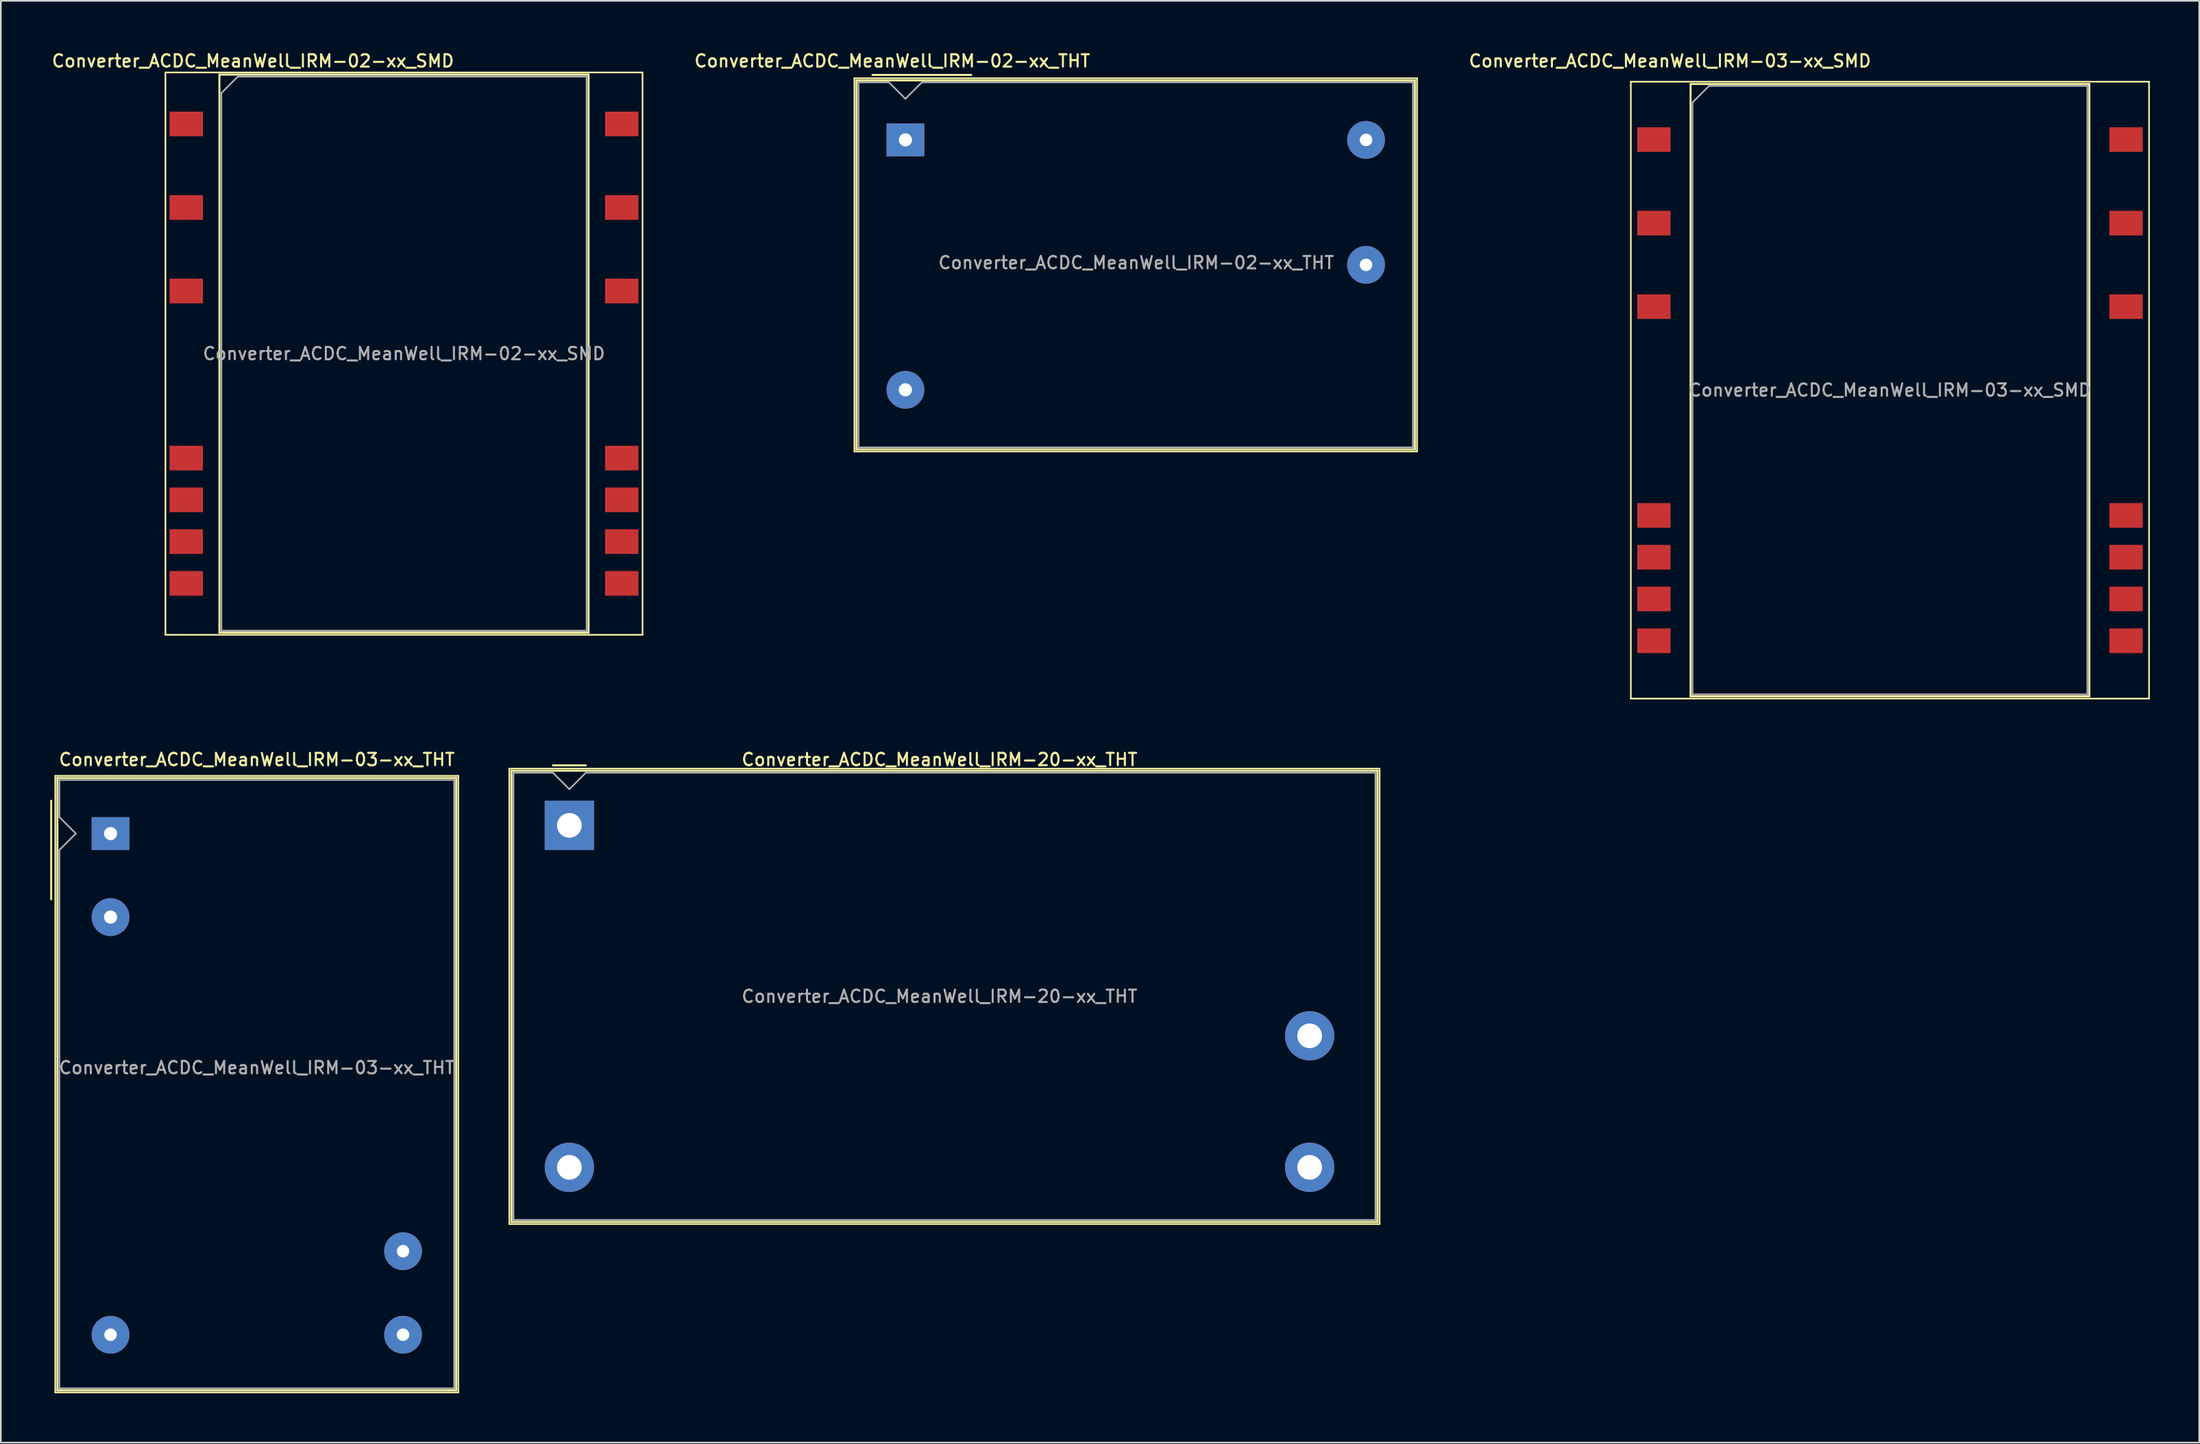
<source format=kicad_pcb>
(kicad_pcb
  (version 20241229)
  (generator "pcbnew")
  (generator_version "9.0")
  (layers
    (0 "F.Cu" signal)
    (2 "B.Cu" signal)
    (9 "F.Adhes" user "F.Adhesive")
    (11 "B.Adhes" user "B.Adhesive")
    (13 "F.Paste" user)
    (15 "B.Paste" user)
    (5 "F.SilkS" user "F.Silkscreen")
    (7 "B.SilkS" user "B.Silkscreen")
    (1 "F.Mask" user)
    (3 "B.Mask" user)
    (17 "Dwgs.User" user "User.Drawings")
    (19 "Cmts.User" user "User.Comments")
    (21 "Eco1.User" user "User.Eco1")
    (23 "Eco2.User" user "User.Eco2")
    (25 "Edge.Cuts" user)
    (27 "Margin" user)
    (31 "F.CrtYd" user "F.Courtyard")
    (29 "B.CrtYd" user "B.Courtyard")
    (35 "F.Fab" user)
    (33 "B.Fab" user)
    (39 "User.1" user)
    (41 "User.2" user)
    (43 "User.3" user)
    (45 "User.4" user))
  (footprint "Converter_ACDC_MeanWell_IRM-03-xx_THT"
    (layer "F.Cu")
    (at 3.67 47.646)
    (property "Reference" "Converter_ACDC_MeanWell_IRM-03-xx_THT" (at 8.89 -4.5 0) (layer "F.SilkS") (effects (font (size 0.75 0.75) (thickness 0.125))))
    (attr through_hole)
    (fp_line (start -3.61 -2) (end -3.61 4) (stroke (width 0.12) (type solid)) (layer "F.SilkS"))
    (fp_line (start -3.36 -3.51) (end -3.36 33.99) (stroke (width 0.1) (type solid)) (layer "F.SilkS"))
    (fp_line (start -3.23 -3.38) (end -3.23 33.86) (stroke (width 0.12) (type solid)) (layer "F.SilkS"))
    (fp_line (start -3.23 33.86) (end 21.01 33.86) (stroke (width 0.12) (type solid)) (layer "F.SilkS"))
    (fp_line (start 21.01 -3.38) (end -3.23 -3.38) (stroke (width 0.12) (type solid)) (layer "F.SilkS"))
    (fp_line (start 21.01 -3.38) (end 21.01 33.86) (stroke (width 0.12) (type solid)) (layer "F.SilkS"))
    (fp_line (start 21.14 -3.51) (end -3.36 -3.51) (stroke (width 0.1) (type solid)) (layer "F.SilkS"))
    (fp_line (start 21.14 -3.51) (end 21.14 33.99) (stroke (width 0.1) (type solid)) (layer "F.SilkS"))
    (fp_line (start 21.14 33.99) (end -3.36 33.99) (stroke (width 0.1) (type solid)) (layer "F.SilkS"))
    (fp_line (start -3.11 -1) (end -3.11 -3.26) (stroke (width 0.1) (type solid)) (layer "F.Fab"))
    (fp_line (start -3.11 1) (end -3.11 33.74) (stroke (width 0.1) (type solid)) (layer "F.Fab"))
    (fp_line (start -3.11 1) (end -2.11 0) (stroke (width 0.1) (type solid)) (layer "F.Fab"))
    (fp_line (start -2.11 0) (end -3.11 -1) (stroke (width 0.1) (type solid)) (layer "F.Fab"))
    (fp_line (start 20.89 -3.26) (end -3.11 -3.26) (stroke (width 0.1) (type solid)) (layer "F.Fab"))
    (fp_line (start 20.89 -3.26) (end 20.89 33.74) (stroke (width 0.1) (type solid)) (layer "F.Fab"))
    (fp_line (start 20.89 33.74) (end -3.11 33.74) (stroke (width 0.1) (type solid)) (layer "F.Fab"))
    (fp_text user "${REFERENCE}" (at 8.89 14.24 0) (layer "F.Fab") (effects (font (size 0.75 0.75) (thickness 0.125))))
    (pad "1" thru_hole rect (at 0 0) (size 2.3 2) (drill 0.8) (layers "*.Cu" "*.Mask"))
    (pad "3" thru_hole circle (at 0 5.08) (size 2.3 2.3) (drill 0.8) (layers "*.Cu" "*.Mask"))
    (pad "5" thru_hole circle (at 0 30.48) (size 2.3 2.3) (drill 0.76) (layers "*.Cu" "*.Mask"))
    (pad "14" thru_hole circle (at 17.78 30.48) (size 2.3 2.3) (drill 0.76) (layers "*.Cu" "*.Mask"))
    (pad "16" thru_hole circle (at 17.78 25.4) (size 2.3 2.3) (drill 0.76) (layers "*.Cu" "*.Mask")))
  (footprint "Converter_ACDC_MeanWell_IRM-20-xx_THT"
    (layer "F.Cu")
    (at 31.56 47.146)
    (property "Reference" "Converter_ACDC_MeanWell_IRM-20-xx_THT" (at 22.5 -4 0) (layer "F.SilkS") (effects (font (size 0.75 0.75) (thickness 0.125))))
    (attr through_hole)
    (fp_line (start -3.65 -3.45) (end -3.65 24.25) (stroke (width 0.1) (type solid)) (layer "F.SilkS"))
    (fp_line (start -3.65 -3.45) (end 49.25 -3.45) (stroke (width 0.1) (type solid)) (layer "F.SilkS"))
    (fp_line (start -3.65 24.25) (end 49.25 24.25) (stroke (width 0.1) (type solid)) (layer "F.SilkS"))
    (fp_line (start -3.52 -3.32) (end -3.52 24.12) (stroke (width 0.12) (type solid)) (layer "F.SilkS"))
    (fp_line (start -3.52 -3.32) (end 49.12 -3.32) (stroke (width 0.12) (type solid)) (layer "F.SilkS"))
    (fp_line (start -3.52 24.12) (end 49.12 24.12) (stroke (width 0.12) (type solid)) (layer "F.SilkS"))
    (fp_line (start 1 -3.65) (end -1 -3.65) (stroke (width 0.12) (type solid)) (layer "F.SilkS"))
    (fp_line (start 49.12 -3.32) (end 49.12 24.12) (stroke (width 0.12) (type solid)) (layer "F.SilkS"))
    (fp_line (start 49.25 -3.45) (end 49.25 24.25) (stroke (width 0.1) (type solid)) (layer "F.SilkS"))
    (fp_line (start -3.4 -3.2) (end -3.4 24) (stroke (width 0.1) (type solid)) (layer "F.Fab"))
    (fp_line (start -3.4 24) (end 49 24) (stroke (width 0.1) (type solid)) (layer "F.Fab"))
    (fp_line (start -1 -3.2) (end -3.4 -3.2) (stroke (width 0.1) (type solid)) (layer "F.Fab"))
    (fp_line (start 0 -2.2) (end -1 -3.2) (stroke (width 0.1) (type solid)) (layer "F.Fab"))
    (fp_line (start 1 -3.2) (end 0 -2.2) (stroke (width 0.1) (type solid)) (layer "F.Fab"))
    (fp_line (start 49 -3.2) (end 1 -3.2) (stroke (width 0.1) (type solid)) (layer "F.Fab"))
    (fp_line (start 49 -3.2) (end 49 24) (stroke (width 0.1) (type solid)) (layer "F.Fab"))
    (fp_text user "${REFERENCE}" (at 22.5 10.4 0) (layer "F.Fab") (effects (font (size 0.75 0.75) (thickness 0.125))))
    (pad "1" thru_hole rect (at 0 0) (size 3 3) (drill 1.5) (layers "*.Cu" "*.Mask"))
    (pad "2" thru_hole circle (at 0 20.8) (size 3 3) (drill 1.5) (layers "*.Cu" "*.Mask"))
    (pad "3" thru_hole circle (at 45 20.8) (size 3 3) (drill 1.5) (layers "*.Cu" "*.Mask"))
    (pad "4" thru_hole circle (at 45 12.8) (size 3 3) (drill 1.5) (layers "*.Cu" "*.Mask")))
  (footprint "Converter_ACDC_MeanWell_IRM-03-xx_SMD"
    (layer "F.Cu")
    (at 111.834 20.678)
    (property "Reference" "Converter_ACDC_MeanWell_IRM-03-xx_SMD" (at -13.37 -20.02 0) (layer "F.SilkS") (effects (font (size 0.75 0.75) (thickness 0.125))))
    (attr smd)
    (fp_line (start -15.75 -18.76) (end -15.75 18.76) (stroke (width 0.1) (type solid)) (layer "F.SilkS"))
    (fp_line (start -15.75 18.76) (end 15.75 18.76) (stroke (width 0.1) (type solid)) (layer "F.SilkS"))
    (fp_line (start -12.12 -18.62) (end 12.12 -18.62) (stroke (width 0.12) (type solid)) (layer "F.SilkS"))
    (fp_line (start -12.12 18.62) (end -12.12 -18.62) (stroke (width 0.12) (type solid)) (layer "F.SilkS"))
    (fp_line (start 12.12 -18.62) (end 12.12 18.62) (stroke (width 0.12) (type solid)) (layer "F.SilkS"))
    (fp_line (start 12.12 18.62) (end -12.12 18.62) (stroke (width 0.12) (type solid)) (layer "F.SilkS"))
    (fp_line (start 15.75 -18.76) (end -15.75 -18.76) (stroke (width 0.1) (type solid)) (layer "F.SilkS"))
    (fp_line (start 15.75 18.76) (end 15.75 -18.76) (stroke (width 0.1) (type solid)) (layer "F.SilkS"))
    (fp_line (start -12 -17.5) (end -12 18.5) (stroke (width 0.1) (type solid)) (layer "F.Fab"))
    (fp_line (start -12 -17.5) (end -11 -18.5) (stroke (width 0.1) (type solid)) (layer "F.Fab"))
    (fp_line (start -12 18.5) (end 12 18.5) (stroke (width 0.1) (type solid)) (layer "F.Fab"))
    (fp_line (start 12 -18.5) (end -11 -18.5) (stroke (width 0.1) (type solid)) (layer "F.Fab"))
    (fp_line (start 12 18.5) (end 12 -18.5) (stroke (width 0.1) (type solid)) (layer "F.Fab"))
    (fp_text user "${REFERENCE}" (at 0 0 0) (layer "F.Fab") (effects (font (size 0.75 0.75) (thickness 0.125))))
    (pad "1" smd rect (at -14.35 -15.24 270) (size 1.5 2.03) (layers "F.Cu" "F.Mask" "F.Paste"))
    (pad "3" smd rect (at -14.35 -10.16 270) (size 1.5 2.03) (layers "F.Cu" "F.Mask" "F.Paste"))
    (pad "5" smd rect (at -14.35 -5.08 270) (size 1.5 2.03) (layers "F.Cu" "F.Mask" "F.Paste"))
    (pad "10" smd rect (at -14.35 7.62 270) (size 1.5 2.03) (layers "F.Cu" "F.Mask" "F.Paste"))
    (pad "11" smd rect (at -14.35 10.16 270) (size 1.5 2.03) (layers "F.Cu" "F.Mask" "F.Paste"))
    (pad "12" smd rect (at -14.35 12.7 270) (size 1.5 2.03) (layers "F.Cu" "F.Mask" "F.Paste"))
    (pad "13" smd rect (at -14.35 15.24 270) (size 1.5 2.03) (layers "F.Cu" "F.Mask" "F.Paste"))
    (pad "14" smd rect (at 14.35 15.24 270) (size 1.5 2.03) (layers "F.Cu" "F.Mask" "F.Paste"))
    (pad "15" smd rect (at 14.35 12.7 270) (size 1.5 2.03) (layers "F.Cu" "F.Mask" "F.Paste"))
    (pad "16" smd rect (at 14.35 10.16 270) (size 1.5 2.03) (layers "F.Cu" "F.Mask" "F.Paste"))
    (pad "17" smd rect (at 14.35 7.62 270) (size 1.5 2.03) (layers "F.Cu" "F.Mask" "F.Paste"))
    (pad "22" smd rect (at 14.35 -5.08 270) (size 1.5 2.03) (layers "F.Cu" "F.Mask" "F.Paste"))
    (pad "24" smd rect (at 14.35 -10.16 270) (size 1.5 2.03) (layers "F.Cu" "F.Mask" "F.Paste"))
    (pad "26" smd rect (at 14.35 -15.24 270) (size 1.5 2.03) (layers "F.Cu" "F.Mask" "F.Paste")))
  (footprint "Converter_ACDC_MeanWell_IRM-02-xx_SMD"
    (layer "F.Cu")
    (at 21.507 18.458)
    (property "Reference" "Converter_ACDC_MeanWell_IRM-02-xx_SMD" (at -9.18 -17.8 0) (layer "F.SilkS") (effects (font (size 0.75 0.75) (thickness 0.125))))
    (attr smd)
    (fp_line (start -14.5 -17.1) (end -14.5 17.1) (stroke (width 0.1) (type solid)) (layer "F.SilkS"))
    (fp_line (start -14.5 17.1) (end 14.5 17.1) (stroke (width 0.1) (type solid)) (layer "F.SilkS"))
    (fp_line (start -11.22 -16.97) (end 11.22 -16.97) (stroke (width 0.12) (type solid)) (layer "F.SilkS"))
    (fp_line (start -11.22 16.97) (end -11.22 -16.97) (stroke (width 0.12) (type solid)) (layer "F.SilkS"))
    (fp_line (start 11.22 -16.97) (end 11.22 16.97) (stroke (width 0.12) (type solid)) (layer "F.SilkS"))
    (fp_line (start 11.22 16.97) (end -11.22 16.97) (stroke (width 0.12) (type solid)) (layer "F.SilkS"))
    (fp_line (start 14.5 -17.1) (end -14.5 -17.1) (stroke (width 0.1) (type solid)) (layer "F.SilkS"))
    (fp_line (start 14.5 -17.1) (end 14.5 17.1) (stroke (width 0.1) (type solid)) (layer "F.SilkS"))
    (fp_line (start -11.1 -15.85) (end -11.1 16.85) (stroke (width 0.1) (type solid)) (layer "F.Fab"))
    (fp_line (start -11.1 -15.85) (end -10.1 -16.85) (stroke (width 0.1) (type solid)) (layer "F.Fab"))
    (fp_line (start -11.1 16.85) (end 11.1 16.85) (stroke (width 0.1) (type solid)) (layer "F.Fab"))
    (fp_line (start 11.1 -16.85) (end -10.1 -16.85) (stroke (width 0.1) (type solid)) (layer "F.Fab"))
    (fp_line (start 11.1 16.85) (end 11.1 -16.85) (stroke (width 0.1) (type solid)) (layer "F.Fab"))
    (fp_text user "${REFERENCE}" (at 0 0 0) (layer "F.Fab") (effects (font (size 0.75 0.75) (thickness 0.125))))
    (pad "1" smd rect (at -13.235 -13.97 270) (size 1.5 2.03) (layers "F.Cu" "F.Mask" "F.Paste"))
    (pad "3" smd rect (at -13.235 -8.89 270) (size 1.5 2.03) (layers "F.Cu" "F.Mask" "F.Paste"))
    (pad "5" smd rect (at -13.235 -3.81 270) (size 1.5 2.03) (layers "F.Cu" "F.Mask" "F.Paste"))
    (pad "9" smd rect (at -13.235 6.35 270) (size 1.5 2.03) (layers "F.Cu" "F.Mask" "F.Paste"))
    (pad "10" smd rect (at -13.235 8.89 270) (size 1.5 2.03) (layers "F.Cu" "F.Mask" "F.Paste"))
    (pad "11" smd rect (at -13.235 11.43 270) (size 1.5 2.03) (layers "F.Cu" "F.Mask" "F.Paste"))
    (pad "12" smd rect (at -13.235 13.97 270) (size 1.5 2.03) (layers "F.Cu" "F.Mask" "F.Paste"))
    (pad "13" smd rect (at 13.235 13.97 270) (size 1.5 2.03) (layers "F.Cu" "F.Mask" "F.Paste"))
    (pad "14" smd rect (at 13.235 11.43 270) (size 1.5 2.03) (layers "F.Cu" "F.Mask" "F.Paste"))
    (pad "15" smd rect (at 13.235 8.89 270) (size 1.5 2.03) (layers "F.Cu" "F.Mask" "F.Paste"))
    (pad "16" smd rect (at 13.235 6.35 270) (size 1.5 2.03) (layers "F.Cu" "F.Mask" "F.Paste"))
    (pad "20" smd rect (at 13.235 -3.81 270) (size 1.5 2.03) (layers "F.Cu" "F.Mask" "F.Paste"))
    (pad "22" smd rect (at 13.235 -8.89 270) (size 1.5 2.03) (layers "F.Cu" "F.Mask" "F.Paste"))
    (pad "24" smd rect (at 13.235 -13.97 270) (size 1.5 2.03) (layers "F.Cu" "F.Mask" "F.Paste")))
  (footprint "Converter_ACDC_MeanWell_IRM-02-xx_THT"
    (layer "F.Cu")
    (at 51.987 5.458)
    (property "Reference" "Converter_ACDC_MeanWell_IRM-02-xx_THT" (at -0.8 -4.8 0) (layer "F.SilkS") (effects (font (size 0.75 0.75) (thickness 0.125))))
    (attr through_hole)
    (fp_line (start -3.1 -3.75) (end 31.1 -3.75) (stroke (width 0.1) (type solid)) (layer "F.SilkS"))
    (fp_line (start -3.1 18.95) (end -3.1 -3.75) (stroke (width 0.1) (type solid)) (layer "F.SilkS"))
    (fp_line (start -3.1 18.95) (end 31.1 18.95) (stroke (width 0.1) (type solid)) (layer "F.SilkS"))
    (fp_line (start -2.97 -3.62) (end 30.97 -3.62) (stroke (width 0.12) (type solid)) (layer "F.SilkS"))
    (fp_line (start -2.97 18.82) (end -2.97 -3.62) (stroke (width 0.12) (type solid)) (layer "F.SilkS"))
    (fp_line (start -2.97 18.82) (end 30.97 18.82) (stroke (width 0.12) (type solid)) (layer "F.SilkS"))
    (fp_line (start -2 -3.95) (end 4 -3.95) (stroke (width 0.12) (type solid)) (layer "F.SilkS"))
    (fp_line (start 30.97 -3.62) (end 30.97 18.82) (stroke (width 0.12) (type solid)) (layer "F.SilkS"))
    (fp_line (start 31.1 18.95) (end 31.1 -3.75) (stroke (width 0.1) (type solid)) (layer "F.SilkS"))
    (fp_line (start -2.85 18.7) (end -2.85 -3.5) (stroke (width 0.1) (type solid)) (layer "F.Fab"))
    (fp_line (start -2.85 18.7) (end 30.85 18.7) (stroke (width 0.1) (type solid)) (layer "F.Fab"))
    (fp_line (start -1 -3.5) (end -2.85 -3.5) (stroke (width 0.1) (type solid)) (layer "F.Fab"))
    (fp_line (start 0 -2.5) (end -1 -3.5) (stroke (width 0.1) (type solid)) (layer "F.Fab"))
    (fp_line (start 1 -3.5) (end 0 -2.5) (stroke (width 0.1) (type solid)) (layer "F.Fab"))
    (fp_line (start 1 -3.5) (end 30.85 -3.5) (stroke (width 0.1) (type solid)) (layer "F.Fab"))
    (fp_line (start 30.85 18.7) (end 30.85 -3.5) (stroke (width 0.1) (type solid)) (layer "F.Fab"))
    (fp_text user "${REFERENCE}" (at 14.03 7.47 0) (layer "F.Fab") (effects (font (size 0.75 0.75) (thickness 0.125))))
    (pad "1" thru_hole rect (at 0 0) (size 2.3 2) (drill 0.8) (layers "*.Cu" "*.Mask"))
    (pad "2" thru_hole circle (at 0 15.2) (size 2.3 2.3) (drill 0.8) (layers "*.Cu" "*.Mask"))
    (pad "3" thru_hole circle (at 28 0) (size 2.3 2.3) (drill 0.76) (layers "*.Cu" "*.Mask"))
    (pad "4" thru_hole circle (at 28 7.6) (size 2.3 2.3) (drill 0.76) (layers "*.Cu" "*.Mask")))
  (gr_rect
    (start -3 -3)
    (end 130.634 84.686)
    (stroke (width 0.1) (type default))
    (fill no)
    (layer "Edge.Cuts")))
</source>
